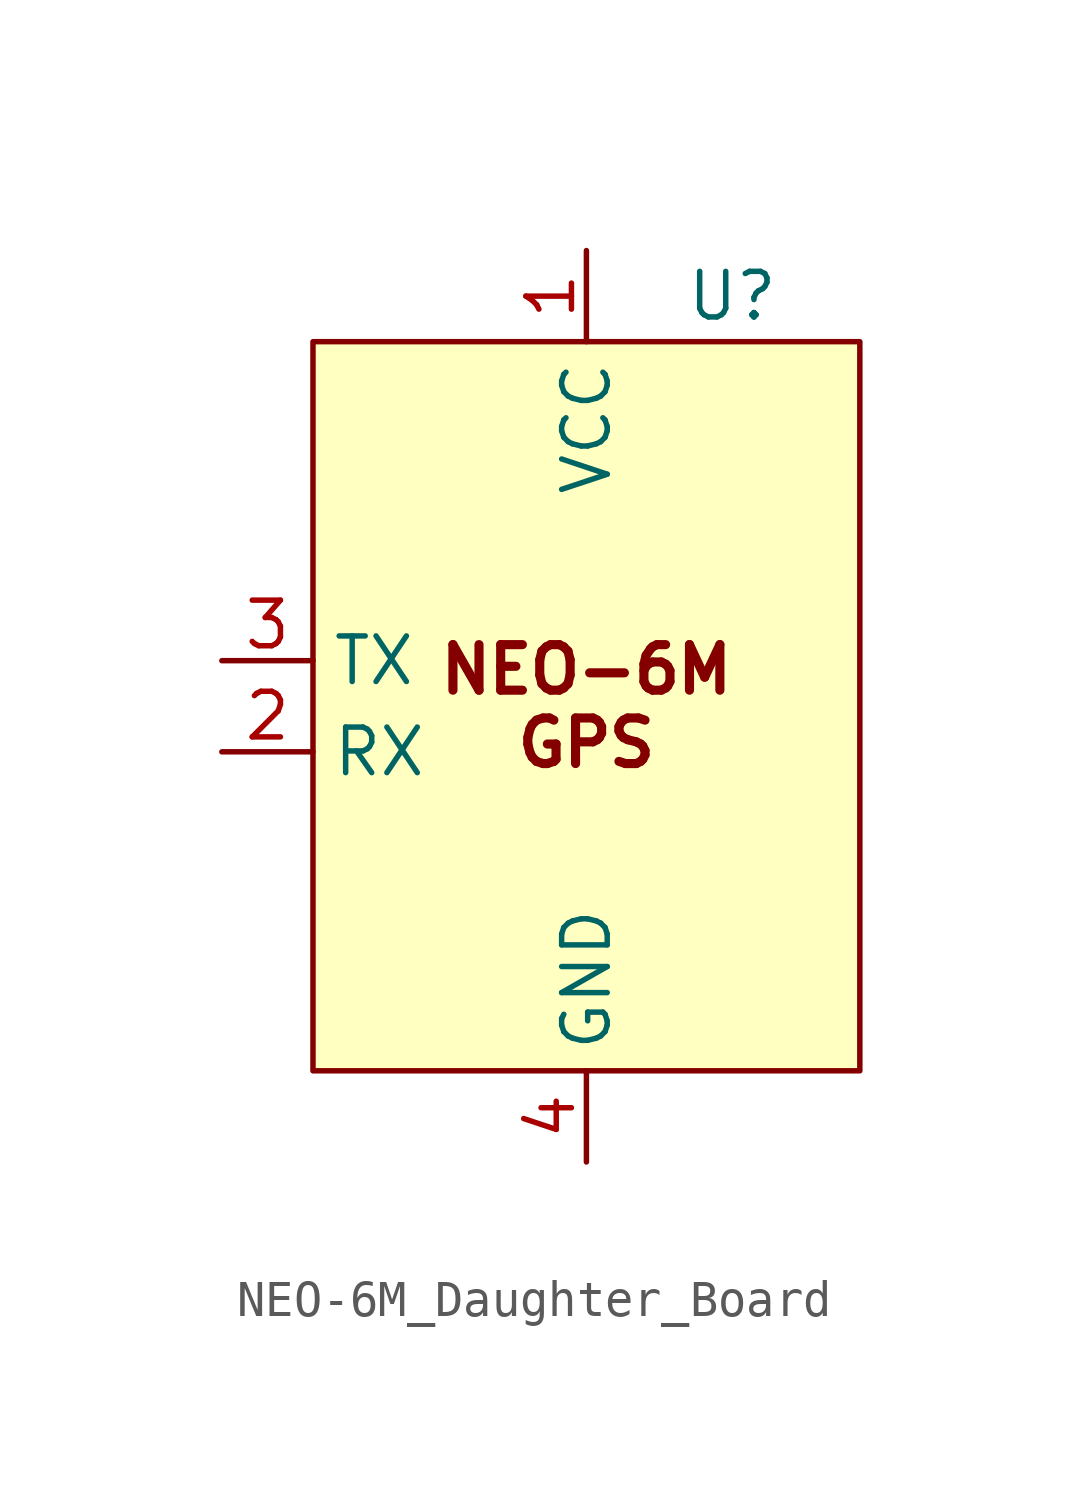
<source format=kicad_sym>
(kicad_symbol_lib
  (version 20241209)
  (generator "kicad_symbol_editor")
  (generator_version "9.0")
  (symbol "NEO-6M_Daughter_Board"
    (property "Reference" "U"
      (at 4.064 0 0)
      (effects (font (size 1.27 1.27))))
    (property "Value" ""
      (at 0 0 0)
      (effects (font (size 1.27 1.27))))
    (symbol "NEO-6M_Daughter_Board_1_1"
      (rectangle (start -7.62 -1.27) (end 7.62 -21.59) (stroke (width 0) (type solid)) (fill (type background)))
      (text "NEO-6M\nGPS" (at 0 -11.43 0) (effects (font (size 1.27 1.27) (thickness 0.254) (bold yes))))
      (pin output line (at -10.16 -10.16 0) (length 2.54) (name "TX" (effects (font (size 1.27 1.27)))) (number "3" (effects (font (size 1.27 1.27)))))
      (pin input line (at -10.16 -12.7 0) (length 2.54) (name "RX" (effects (font (size 1.27 1.27)))) (number "2" (effects (font (size 1.27 1.27)))))
      (pin power_in line (at 0 1.27 270) (length 2.54) (name "VCC" (effects (font (size 1.27 1.27)))) (number "1" (effects (font (size 1.27 1.27)))))
      (pin power_in line (at 0 -24.13 90) (length 2.54) (name "GND" (effects (font (size 1.27 1.27)))) (number "4" (effects (font (size 1.27 1.27))))))))
</source>
